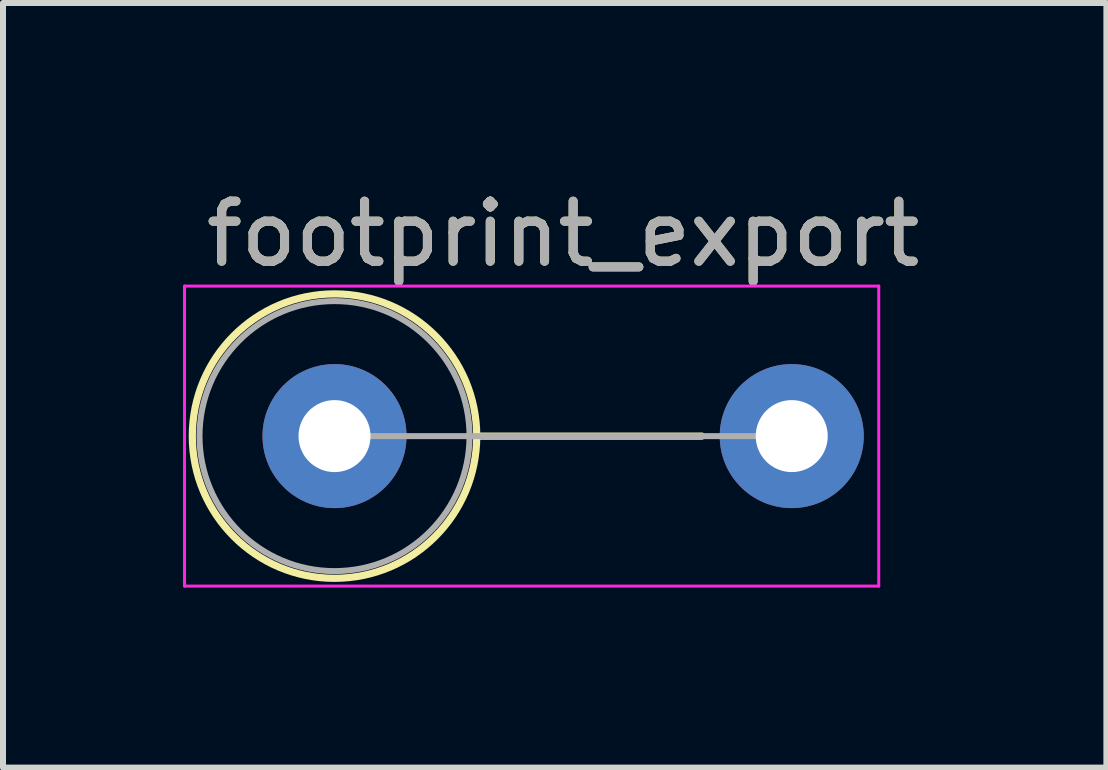
<source format=kicad_pcb>
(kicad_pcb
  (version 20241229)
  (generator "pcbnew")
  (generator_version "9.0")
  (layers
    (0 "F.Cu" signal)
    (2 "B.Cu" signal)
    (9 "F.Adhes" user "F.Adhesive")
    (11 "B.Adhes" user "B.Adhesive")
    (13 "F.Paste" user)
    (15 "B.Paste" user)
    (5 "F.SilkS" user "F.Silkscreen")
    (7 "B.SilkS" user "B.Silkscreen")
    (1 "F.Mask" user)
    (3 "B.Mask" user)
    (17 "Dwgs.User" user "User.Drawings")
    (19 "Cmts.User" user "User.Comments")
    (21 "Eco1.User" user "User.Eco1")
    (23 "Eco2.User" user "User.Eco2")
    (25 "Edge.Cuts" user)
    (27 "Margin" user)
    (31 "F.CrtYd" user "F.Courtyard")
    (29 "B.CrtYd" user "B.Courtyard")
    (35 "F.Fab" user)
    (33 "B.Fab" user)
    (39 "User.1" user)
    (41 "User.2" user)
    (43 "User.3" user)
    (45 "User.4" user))
  (footprint "footprint_export"
    (layer "F.Cu")
    (at 2.525 4.218)
    (property "Reference" "footprint_export" (at 3.81 -3.37 0) (layer "F.SilkS") (effects (font (size 1 1) (thickness 0.15))))
    (attr through_hole)
    (fp_line (start 2.37 0) (end 6.12 0) (stroke (width 0.12) (type solid)) (layer "F.SilkS"))
    (fp_circle (center 0 0) (end 2.37 0) (stroke (width 0.12) (type solid)) (fill no) (layer "F.SilkS"))
    (fp_line (start -2.5 -2.5) (end -2.5 2.5) (stroke (width 0.05) (type solid)) (layer "F.CrtYd"))
    (fp_line (start -2.5 2.5) (end 9.07 2.5) (stroke (width 0.05) (type solid)) (layer "F.CrtYd"))
    (fp_line (start 9.07 -2.5) (end -2.5 -2.5) (stroke (width 0.05) (type solid)) (layer "F.CrtYd"))
    (fp_line (start 9.07 2.5) (end 9.07 -2.5) (stroke (width 0.05) (type solid)) (layer "F.CrtYd"))
    (fp_line (start 0 0) (end 7.62 0) (stroke (width 0.1) (type solid)) (layer "F.Fab"))
    (fp_circle (center 0 0) (end 2.25 0) (stroke (width 0.1) (type solid)) (fill no) (layer "F.Fab"))
    (fp_text user "${REFERENCE}" (at 3.81 -3.37 0) (layer "F.Fab") (effects (font (size 1 1) (thickness 0.15))))
    (pad "1" thru_hole circle (at 0 0) (size 2.4 2.4) (drill 1.2) (layers "*.Cu" "*.Mask"))
    (pad "2" thru_hole oval (at 7.62 0) (size 2.4 2.4) (drill 1.2) (layers "*.Cu" "*.Mask")))
  (gr_rect
    (start -3 -3)
    (end 15.389 9.743)
    (stroke (width 0.1) (type default))
    (fill no)
    (layer "Edge.Cuts")))
</source>
